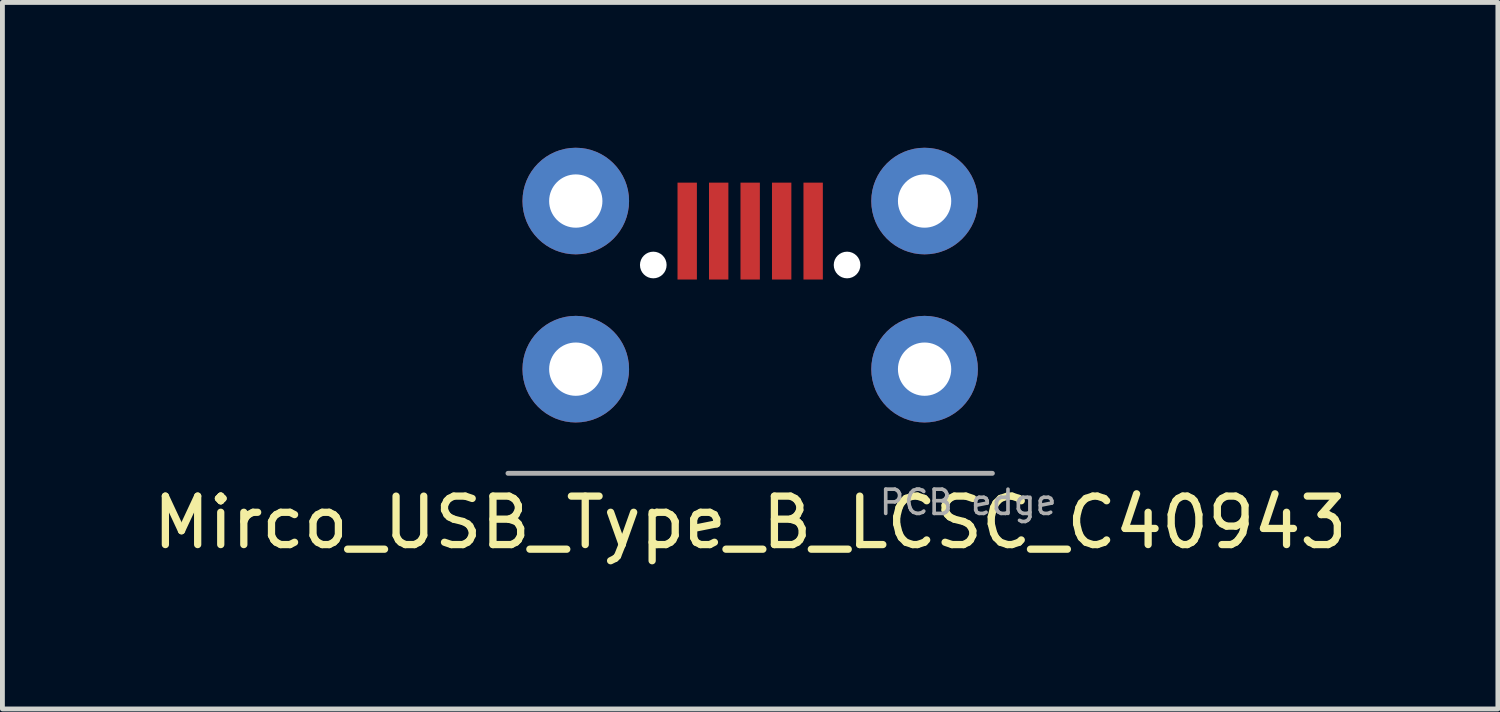
<source format=kicad_pcb>
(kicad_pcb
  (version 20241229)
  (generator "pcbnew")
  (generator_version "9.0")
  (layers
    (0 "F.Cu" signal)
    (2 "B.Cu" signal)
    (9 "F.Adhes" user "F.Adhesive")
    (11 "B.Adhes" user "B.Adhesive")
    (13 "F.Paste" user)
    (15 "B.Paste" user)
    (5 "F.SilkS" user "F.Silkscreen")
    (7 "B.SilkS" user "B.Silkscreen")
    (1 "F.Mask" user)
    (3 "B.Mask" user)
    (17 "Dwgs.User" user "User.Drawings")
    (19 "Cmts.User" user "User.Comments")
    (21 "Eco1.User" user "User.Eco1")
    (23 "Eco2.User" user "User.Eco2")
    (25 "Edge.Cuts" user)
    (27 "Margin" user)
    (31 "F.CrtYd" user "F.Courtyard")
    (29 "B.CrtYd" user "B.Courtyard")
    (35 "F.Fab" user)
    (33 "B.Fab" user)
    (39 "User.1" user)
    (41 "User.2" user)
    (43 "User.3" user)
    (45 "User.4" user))
  (footprint "Mirco_USB_Type_B_LCSC_C40943"
    (layer "F.Cu")
    (at 12.435 6.72)
    (property "Reference" "Mirco_USB_Type_B_LCSC_C40943" (at 0 1.016 0) (layer "F.SilkS") (effects (font (size 1 1) (thickness 0.15))))
    (attr smd)
    (fp_line (start -5 0) (end 5 0) (stroke (width 0.1) (type solid)) (layer "F.Fab"))
    (fp_text user "PCB edge" (at 4.5 0.6 0) (layer "F.Fab") (effects (font (size 0.5 0.5) (thickness 0.075))))
    (pad "" np_thru_hole circle (at -2 -4.3) (size 0.55 0.55) (drill 0.55) (layers "*.Cu"))
    (pad "" np_thru_hole circle (at 2 -4.3) (size 0.55 0.55) (drill 0.55) (layers "*.Cu"))
    (pad "1" smd rect (at -1.3 -5) (size 0.4 2) (layers "F.Cu" "F.Mask" "F.Paste"))
    (pad "2" smd rect (at -0.65 -5) (size 0.4 2) (layers "F.Cu" "F.Mask" "F.Paste"))
    (pad "3" smd rect (at 0 -5) (size 0.4 2) (layers "F.Cu" "F.Mask" "F.Paste"))
    (pad "4" smd rect (at 0.65 -5) (size 0.4 2) (layers "F.Cu" "F.Mask" "F.Paste"))
    (pad "5" smd rect (at 1.3 -5) (size 0.4 2) (layers "F.Cu" "F.Mask" "F.Paste"))
    (pad "6" thru_hole circle (at -3.6 -5.62) (size 2.2 2.2) (drill 1.1) (layers "*.Cu" "*.Mask"))
    (pad "6" thru_hole circle (at -3.6 -2.15) (size 2.2 2.2) (drill 1.1) (layers "*.Cu" "*.Mask"))
    (pad "6" thru_hole circle (at 3.6 -5.62) (size 2.2 2.2) (drill 1.1) (layers "*.Cu" "*.Mask"))
    (pad "6" thru_hole circle (at 3.6 -2.15) (size 2.2 2.2) (drill 1.1) (layers "*.Cu" "*.Mask")))
  (gr_rect
    (start -3 -3)
    (end 27.869 11.584)
    (stroke (width 0.1) (type default))
    (fill no)
    (layer "Edge.Cuts")))
</source>
